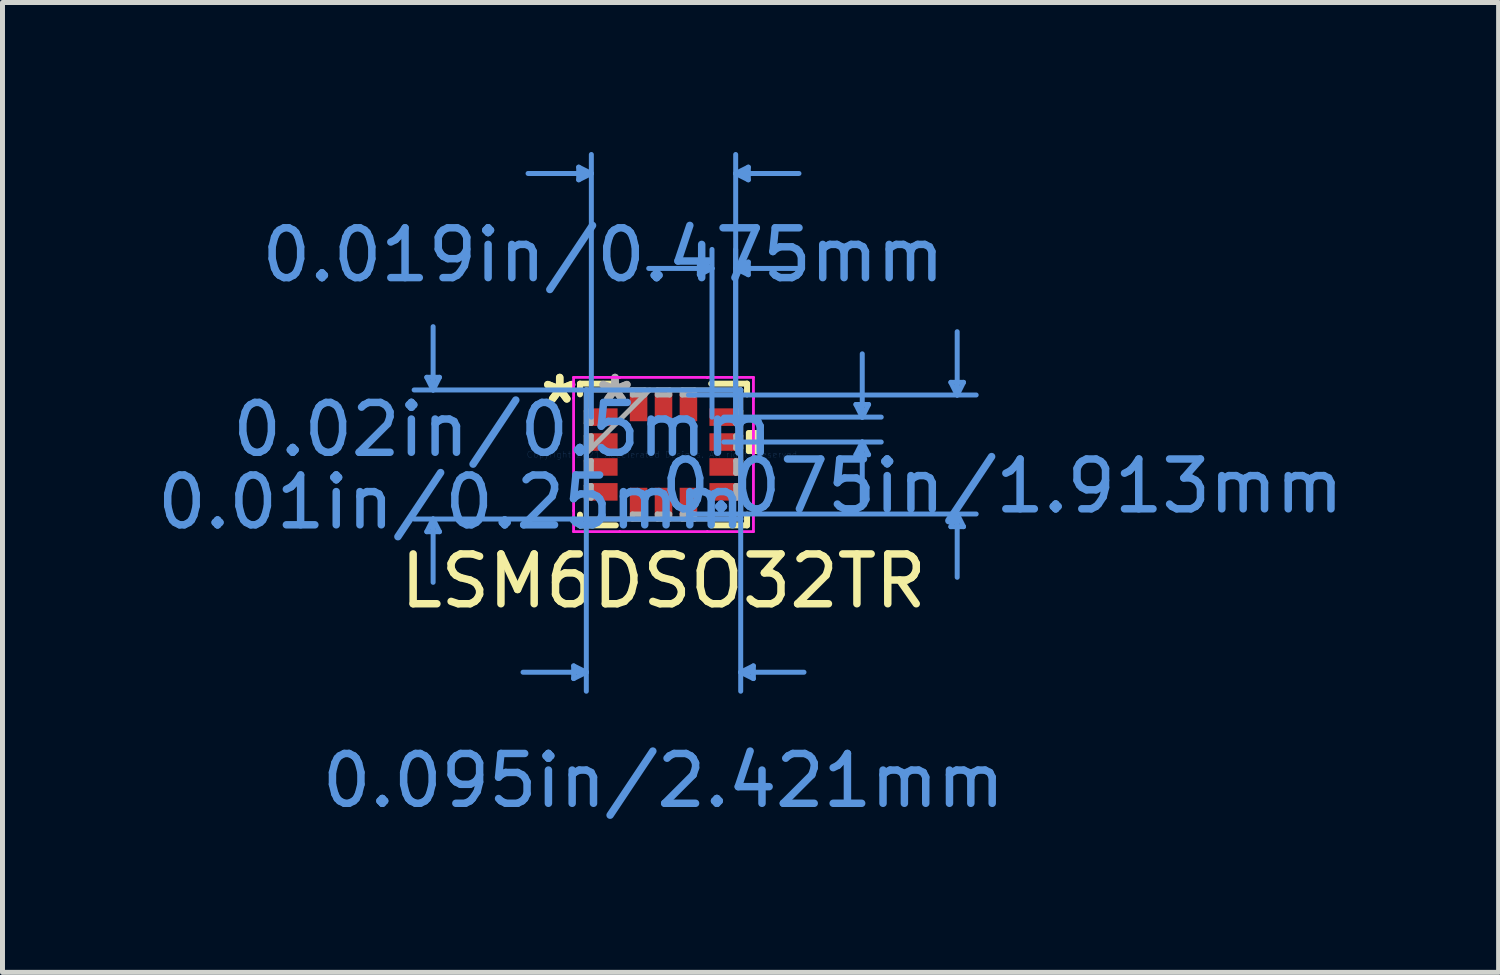
<source format=kicad_pcb>
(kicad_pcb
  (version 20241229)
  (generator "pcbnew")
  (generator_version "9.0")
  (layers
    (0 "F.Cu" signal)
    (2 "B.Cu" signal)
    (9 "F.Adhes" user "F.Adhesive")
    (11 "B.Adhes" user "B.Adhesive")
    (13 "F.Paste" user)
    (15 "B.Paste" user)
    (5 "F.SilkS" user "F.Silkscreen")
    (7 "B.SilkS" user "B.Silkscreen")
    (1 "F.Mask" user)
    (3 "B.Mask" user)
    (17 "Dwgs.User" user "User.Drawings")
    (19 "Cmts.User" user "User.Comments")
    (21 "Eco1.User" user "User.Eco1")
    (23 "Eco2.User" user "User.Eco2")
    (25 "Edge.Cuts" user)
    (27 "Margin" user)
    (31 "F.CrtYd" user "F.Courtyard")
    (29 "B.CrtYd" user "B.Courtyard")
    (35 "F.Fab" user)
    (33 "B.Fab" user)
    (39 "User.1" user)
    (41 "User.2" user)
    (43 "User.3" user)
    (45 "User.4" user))
  (footprint "LSM6DSO32TR"
    (layer "F.Cu")
    (at 10.264 6.07)
    (property "Reference" "LSM6DSO32TR" (at 0 2.54 180) (layer "F.SilkS") (effects (font (size 1 1) (thickness 0.15))))
    (attr through_hole)
    (fp_line (start -1.676 -1.422) (end -1.676 -1.207) (stroke (width 0.12) (type solid)) (layer "F.SilkS"))
    (fp_line (start -1.676 1.207) (end -1.676 1.422) (stroke (width 0.12) (type solid)) (layer "F.SilkS"))
    (fp_line (start -1.676 1.422) (end -0.957 1.422) (stroke (width 0.12) (type solid)) (layer "F.SilkS"))
    (fp_line (start -0.957 -1.422) (end -1.676 -1.422) (stroke (width 0.12) (type solid)) (layer "F.SilkS"))
    (fp_line (start 0.957 1.422) (end 1.676 1.422) (stroke (width 0.12) (type solid)) (layer "F.SilkS"))
    (fp_line (start 1.676 -1.422) (end 0.957 -1.422) (stroke (width 0.12) (type solid)) (layer "F.SilkS"))
    (fp_line (start 1.676 -1.207) (end 1.676 -1.422) (stroke (width 0.12) (type solid)) (layer "F.SilkS"))
    (fp_line (start 1.676 1.422) (end 1.676 1.207) (stroke (width 0.12) (type solid)) (layer "F.SilkS"))
    (fp_poly (pts (xy 1.956 -0.441) (xy 1.956 -0.059) (xy 1.702 -0.059) (xy 1.702 -0.441)) (stroke (width 0.1) (type solid)) (fill yes) (layer "F.SilkS"))
    (fp_line (start -4.75 -1.549) (end -4.496 -1.549) (stroke (width 0.1) (type solid)) (layer "Cmts.User"))
    (fp_line (start -4.75 1.549) (end -4.496 1.549) (stroke (width 0.1) (type solid)) (layer "Cmts.User"))
    (fp_line (start -4.623 -1.295) (end -4.75 -1.549) (stroke (width 0.1) (type solid)) (layer "Cmts.User"))
    (fp_line (start -4.623 -1.295) (end -4.623 -2.565) (stroke (width 0.1) (type solid)) (layer "Cmts.User"))
    (fp_line (start -4.623 -1.295) (end -4.496 -1.549) (stroke (width 0.1) (type solid)) (layer "Cmts.User"))
    (fp_line (start -4.623 1.295) (end -4.75 1.549) (stroke (width 0.1) (type solid)) (layer "Cmts.User"))
    (fp_line (start -4.623 1.295) (end -4.623 2.565) (stroke (width 0.1) (type solid)) (layer "Cmts.User"))
    (fp_line (start -4.623 1.295) (end -4.496 1.549) (stroke (width 0.1) (type solid)) (layer "Cmts.User"))
    (fp_line (start -1.803 4.242) (end -1.803 4.496) (stroke (width 0.1) (type solid)) (layer "Cmts.User"))
    (fp_line (start -1.702 -5.766) (end -1.702 -5.512) (stroke (width 0.1) (type solid)) (layer "Cmts.User"))
    (fp_line (start -1.549 -1.295) (end -1.549 4.75) (stroke (width 0.1) (type solid)) (layer "Cmts.User"))
    (fp_line (start -1.549 4.369) (end -2.819 4.369) (stroke (width 0.1) (type solid)) (layer "Cmts.User"))
    (fp_line (start -1.549 4.369) (end -1.803 4.242) (stroke (width 0.1) (type solid)) (layer "Cmts.User"))
    (fp_line (start -1.549 4.369) (end -1.803 4.496) (stroke (width 0.1) (type solid)) (layer "Cmts.User"))
    (fp_line (start -1.448 -5.639) (end -2.718 -5.639) (stroke (width 0.1) (type solid)) (layer "Cmts.User"))
    (fp_line (start -1.448 -5.639) (end -1.702 -5.766) (stroke (width 0.1) (type solid)) (layer "Cmts.User"))
    (fp_line (start -1.448 -5.639) (end -1.702 -5.512) (stroke (width 0.1) (type solid)) (layer "Cmts.User"))
    (fp_line (start -1.448 -0.75) (end -1.448 -6.02) (stroke (width 0.1) (type solid)) (layer "Cmts.User"))
    (fp_line (start 0.5 -1.194) (end 6.274 -1.194) (stroke (width 0.1) (type solid)) (layer "Cmts.User"))
    (fp_line (start 0.5 1.194) (end 6.274 1.194) (stroke (width 0.1) (type solid)) (layer "Cmts.User"))
    (fp_line (start 0.719 -3.861) (end 0.719 -3.607) (stroke (width 0.1) (type solid)) (layer "Cmts.User"))
    (fp_line (start 0.973 -3.734) (end -0.297 -3.734) (stroke (width 0.1) (type solid)) (layer "Cmts.User"))
    (fp_line (start 0.973 -3.734) (end 0.719 -3.861) (stroke (width 0.1) (type solid)) (layer "Cmts.User"))
    (fp_line (start 0.973 -3.734) (end 0.719 -3.607) (stroke (width 0.1) (type solid)) (layer "Cmts.User"))
    (fp_line (start 0.973 -0.75) (end 0.973 -4.115) (stroke (width 0.1) (type solid)) (layer "Cmts.User"))
    (fp_line (start 1.21 -0.75) (end 4.369 -0.75) (stroke (width 0.1) (type solid)) (layer "Cmts.User"))
    (fp_line (start 1.21 -0.25) (end 4.369 -0.25) (stroke (width 0.1) (type solid)) (layer "Cmts.User"))
    (fp_line (start 1.448 -5.639) (end 1.702 -5.766) (stroke (width 0.1) (type solid)) (layer "Cmts.User"))
    (fp_line (start 1.448 -5.639) (end 1.702 -5.512) (stroke (width 0.1) (type solid)) (layer "Cmts.User"))
    (fp_line (start 1.448 -5.639) (end 2.718 -5.639) (stroke (width 0.1) (type solid)) (layer "Cmts.User"))
    (fp_line (start 1.448 -3.734) (end 1.702 -3.861) (stroke (width 0.1) (type solid)) (layer "Cmts.User"))
    (fp_line (start 1.448 -3.734) (end 1.702 -3.607) (stroke (width 0.1) (type solid)) (layer "Cmts.User"))
    (fp_line (start 1.448 -3.734) (end 2.718 -3.734) (stroke (width 0.1) (type solid)) (layer "Cmts.User"))
    (fp_line (start 1.448 -0.75) (end 1.448 -6.02) (stroke (width 0.1) (type solid)) (layer "Cmts.User"))
    (fp_line (start 1.448 -0.75) (end 1.448 -4.115) (stroke (width 0.1) (type solid)) (layer "Cmts.User"))
    (fp_line (start 1.549 -1.295) (end -5.004 -1.295) (stroke (width 0.1) (type solid)) (layer "Cmts.User"))
    (fp_line (start 1.549 -1.295) (end 1.549 4.75) (stroke (width 0.1) (type solid)) (layer "Cmts.User"))
    (fp_line (start 1.549 1.295) (end -5.004 1.295) (stroke (width 0.1) (type solid)) (layer "Cmts.User"))
    (fp_line (start 1.549 4.369) (end 1.803 4.242) (stroke (width 0.1) (type solid)) (layer "Cmts.User"))
    (fp_line (start 1.549 4.369) (end 1.803 4.496) (stroke (width 0.1) (type solid)) (layer "Cmts.User"))
    (fp_line (start 1.549 4.369) (end 2.819 4.369) (stroke (width 0.1) (type solid)) (layer "Cmts.User"))
    (fp_line (start 1.702 -5.766) (end 1.702 -5.512) (stroke (width 0.1) (type solid)) (layer "Cmts.User"))
    (fp_line (start 1.702 -3.861) (end 1.702 -3.607) (stroke (width 0.1) (type solid)) (layer "Cmts.User"))
    (fp_line (start 1.803 4.242) (end 1.803 4.496) (stroke (width 0.1) (type solid)) (layer "Cmts.User"))
    (fp_line (start 3.861 -1.004) (end 4.115 -1.004) (stroke (width 0.1) (type solid)) (layer "Cmts.User"))
    (fp_line (start 3.861 0.004) (end 4.115 0.004) (stroke (width 0.1) (type solid)) (layer "Cmts.User"))
    (fp_line (start 3.988 -0.75) (end 3.861 -1.004) (stroke (width 0.1) (type solid)) (layer "Cmts.User"))
    (fp_line (start 3.988 -0.75) (end 3.988 -2.02) (stroke (width 0.1) (type solid)) (layer "Cmts.User"))
    (fp_line (start 3.988 -0.75) (end 4.115 -1.004) (stroke (width 0.1) (type solid)) (layer "Cmts.User"))
    (fp_line (start 3.988 -0.25) (end 3.861 0.004) (stroke (width 0.1) (type solid)) (layer "Cmts.User"))
    (fp_line (start 3.988 -0.25) (end 3.988 1.02) (stroke (width 0.1) (type solid)) (layer "Cmts.User"))
    (fp_line (start 3.988 -0.25) (end 4.115 0.004) (stroke (width 0.1) (type solid)) (layer "Cmts.User"))
    (fp_line (start 5.766 -1.448) (end 6.02 -1.448) (stroke (width 0.1) (type solid)) (layer "Cmts.User"))
    (fp_line (start 5.766 1.448) (end 6.02 1.448) (stroke (width 0.1) (type solid)) (layer "Cmts.User"))
    (fp_line (start 5.893 -1.194) (end 5.766 -1.448) (stroke (width 0.1) (type solid)) (layer "Cmts.User"))
    (fp_line (start 5.893 -1.194) (end 5.893 -2.464) (stroke (width 0.1) (type solid)) (layer "Cmts.User"))
    (fp_line (start 5.893 -1.194) (end 6.02 -1.448) (stroke (width 0.1) (type solid)) (layer "Cmts.User"))
    (fp_line (start 5.893 1.194) (end 5.766 1.448) (stroke (width 0.1) (type solid)) (layer "Cmts.User"))
    (fp_line (start 5.893 1.194) (end 5.893 2.464) (stroke (width 0.1) (type solid)) (layer "Cmts.User"))
    (fp_line (start 5.893 1.194) (end 6.02 1.448) (stroke (width 0.1) (type solid)) (layer "Cmts.User"))
    (fp_line (start -1.803 -1.549) (end -0.879 -1.549) (stroke (width 0.05) (type solid)) (layer "F.CrtYd"))
    (fp_line (start -1.803 -1.549) (end -0.879 -1.549) (stroke (width 0.05) (type solid)) (layer "F.CrtYd"))
    (fp_line (start -1.803 -1.129) (end -1.803 -1.549) (stroke (width 0.05) (type solid)) (layer "F.CrtYd"))
    (fp_line (start -1.803 -1.129) (end -1.803 -1.549) (stroke (width 0.05) (type solid)) (layer "F.CrtYd"))
    (fp_line (start -1.803 -1.129) (end -1.803 -1.129) (stroke (width 0.05) (type solid)) (layer "F.CrtYd"))
    (fp_line (start -1.803 -1.129) (end -1.803 -1.129) (stroke (width 0.05) (type solid)) (layer "F.CrtYd"))
    (fp_line (start -1.803 1.129) (end -1.803 -1.129) (stroke (width 0.05) (type solid)) (layer "F.CrtYd"))
    (fp_line (start -1.803 1.129) (end -1.803 -1.129) (stroke (width 0.05) (type solid)) (layer "F.CrtYd"))
    (fp_line (start -1.803 1.129) (end -1.803 1.129) (stroke (width 0.05) (type solid)) (layer "F.CrtYd"))
    (fp_line (start -1.803 1.129) (end -1.803 1.129) (stroke (width 0.05) (type solid)) (layer "F.CrtYd"))
    (fp_line (start -1.803 1.549) (end -1.803 1.129) (stroke (width 0.05) (type solid)) (layer "F.CrtYd"))
    (fp_line (start -1.803 1.549) (end -1.803 1.129) (stroke (width 0.05) (type solid)) (layer "F.CrtYd"))
    (fp_line (start -0.879 -1.549) (end -0.879 -1.549) (stroke (width 0.05) (type solid)) (layer "F.CrtYd"))
    (fp_line (start -0.879 -1.549) (end -0.879 -1.549) (stroke (width 0.05) (type solid)) (layer "F.CrtYd"))
    (fp_line (start -0.879 -1.549) (end 0.879 -1.549) (stroke (width 0.05) (type solid)) (layer "F.CrtYd"))
    (fp_line (start -0.879 -1.549) (end 0.879 -1.549) (stroke (width 0.05) (type solid)) (layer "F.CrtYd"))
    (fp_line (start -0.879 1.549) (end -1.803 1.549) (stroke (width 0.05) (type solid)) (layer "F.CrtYd"))
    (fp_line (start -0.879 1.549) (end -1.803 1.549) (stroke (width 0.05) (type solid)) (layer "F.CrtYd"))
    (fp_line (start -0.879 1.549) (end -0.879 1.549) (stroke (width 0.05) (type solid)) (layer "F.CrtYd"))
    (fp_line (start -0.879 1.549) (end -0.879 1.549) (stroke (width 0.05) (type solid)) (layer "F.CrtYd"))
    (fp_line (start 0.879 -1.549) (end 0.879 -1.549) (stroke (width 0.05) (type solid)) (layer "F.CrtYd"))
    (fp_line (start 0.879 -1.549) (end 0.879 -1.549) (stroke (width 0.05) (type solid)) (layer "F.CrtYd"))
    (fp_line (start 0.879 -1.549) (end 1.803 -1.549) (stroke (width 0.05) (type solid)) (layer "F.CrtYd"))
    (fp_line (start 0.879 -1.549) (end 1.803 -1.549) (stroke (width 0.05) (type solid)) (layer "F.CrtYd"))
    (fp_line (start 0.879 1.549) (end -0.879 1.549) (stroke (width 0.05) (type solid)) (layer "F.CrtYd"))
    (fp_line (start 0.879 1.549) (end -0.879 1.549) (stroke (width 0.05) (type solid)) (layer "F.CrtYd"))
    (fp_line (start 0.879 1.549) (end 0.879 1.549) (stroke (width 0.05) (type solid)) (layer "F.CrtYd"))
    (fp_line (start 0.879 1.549) (end 0.879 1.549) (stroke (width 0.05) (type solid)) (layer "F.CrtYd"))
    (fp_line (start 1.803 -1.549) (end 1.803 -1.129) (stroke (width 0.05) (type solid)) (layer "F.CrtYd"))
    (fp_line (start 1.803 -1.549) (end 1.803 -1.129) (stroke (width 0.05) (type solid)) (layer "F.CrtYd"))
    (fp_line (start 1.803 -1.129) (end 1.803 -1.129) (stroke (width 0.05) (type solid)) (layer "F.CrtYd"))
    (fp_line (start 1.803 -1.129) (end 1.803 -1.129) (stroke (width 0.05) (type solid)) (layer "F.CrtYd"))
    (fp_line (start 1.803 -1.129) (end 1.803 1.129) (stroke (width 0.05) (type solid)) (layer "F.CrtYd"))
    (fp_line (start 1.803 -1.129) (end 1.803 1.129) (stroke (width 0.05) (type solid)) (layer "F.CrtYd"))
    (fp_line (start 1.803 1.129) (end 1.803 1.129) (stroke (width 0.05) (type solid)) (layer "F.CrtYd"))
    (fp_line (start 1.803 1.129) (end 1.803 1.129) (stroke (width 0.05) (type solid)) (layer "F.CrtYd"))
    (fp_line (start 1.803 1.129) (end 1.803 1.549) (stroke (width 0.05) (type solid)) (layer "F.CrtYd"))
    (fp_line (start 1.803 1.129) (end 1.803 1.549) (stroke (width 0.05) (type solid)) (layer "F.CrtYd"))
    (fp_line (start 1.803 1.549) (end 0.879 1.549) (stroke (width 0.05) (type solid)) (layer "F.CrtYd"))
    (fp_line (start 1.803 1.549) (end 0.879 1.549) (stroke (width 0.05) (type solid)) (layer "F.CrtYd"))
    (fp_line (start -1.549 -1.295) (end -1.549 -1.295) (stroke (width 0.1) (type solid)) (layer "F.Fab"))
    (fp_line (start -1.549 -1.295) (end -1.549 1.295) (stroke (width 0.1) (type solid)) (layer "F.Fab"))
    (fp_line (start -1.549 -0.875) (end -1.448 -0.875) (stroke (width 0.1) (type solid)) (layer "F.Fab"))
    (fp_line (start -1.549 -0.625) (end -1.549 -0.875) (stroke (width 0.1) (type solid)) (layer "F.Fab"))
    (fp_line (start -1.549 -0.375) (end -1.448 -0.375) (stroke (width 0.1) (type solid)) (layer "F.Fab"))
    (fp_line (start -1.549 -0.125) (end -1.549 -0.375) (stroke (width 0.1) (type solid)) (layer "F.Fab"))
    (fp_line (start -1.549 -0.025) (end -0.279 -1.295) (stroke (width 0.1) (type solid)) (layer "F.Fab"))
    (fp_line (start -1.549 0.125) (end -1.448 0.125) (stroke (width 0.1) (type solid)) (layer "F.Fab"))
    (fp_line (start -1.549 0.375) (end -1.549 0.125) (stroke (width 0.1) (type solid)) (layer "F.Fab"))
    (fp_line (start -1.549 0.625) (end -1.448 0.625) (stroke (width 0.1) (type solid)) (layer "F.Fab"))
    (fp_line (start -1.549 0.875) (end -1.549 0.625) (stroke (width 0.1) (type solid)) (layer "F.Fab"))
    (fp_line (start -1.549 1.295) (end -1.549 1.295) (stroke (width 0.1) (type solid)) (layer "F.Fab"))
    (fp_line (start -1.549 1.295) (end 1.549 1.295) (stroke (width 0.1) (type solid)) (layer "F.Fab"))
    (fp_line (start -1.448 -0.875) (end -1.448 -0.625) (stroke (width 0.1) (type solid)) (layer "F.Fab"))
    (fp_line (start -1.448 -0.625) (end -1.549 -0.625) (stroke (width 0.1) (type solid)) (layer "F.Fab"))
    (fp_line (start -1.448 -0.375) (end -1.448 -0.125) (stroke (width 0.1) (type solid)) (layer "F.Fab"))
    (fp_line (start -1.448 -0.125) (end -1.549 -0.125) (stroke (width 0.1) (type solid)) (layer "F.Fab"))
    (fp_line (start -1.448 0.125) (end -1.448 0.375) (stroke (width 0.1) (type solid)) (layer "F.Fab"))
    (fp_line (start -1.448 0.375) (end -1.549 0.375) (stroke (width 0.1) (type solid)) (layer "F.Fab"))
    (fp_line (start -1.448 0.625) (end -1.448 0.875) (stroke (width 0.1) (type solid)) (layer "F.Fab"))
    (fp_line (start -1.448 0.875) (end -1.549 0.875) (stroke (width 0.1) (type solid)) (layer "F.Fab"))
    (fp_line (start -0.625 -1.295) (end -0.375 -1.295) (stroke (width 0.1) (type solid)) (layer "F.Fab"))
    (fp_line (start -0.625 -1.194) (end -0.625 -1.295) (stroke (width 0.1) (type solid)) (layer "F.Fab"))
    (fp_line (start -0.625 1.194) (end -0.375 1.194) (stroke (width 0.1) (type solid)) (layer "F.Fab"))
    (fp_line (start -0.625 1.295) (end -0.625 1.194) (stroke (width 0.1) (type solid)) (layer "F.Fab"))
    (fp_line (start -0.375 -1.295) (end -0.375 -1.194) (stroke (width 0.1) (type solid)) (layer "F.Fab"))
    (fp_line (start -0.375 -1.194) (end -0.625 -1.194) (stroke (width 0.1) (type solid)) (layer "F.Fab"))
    (fp_line (start -0.375 1.194) (end -0.375 1.295) (stroke (width 0.1) (type solid)) (layer "F.Fab"))
    (fp_line (start -0.375 1.295) (end -0.625 1.295) (stroke (width 0.1) (type solid)) (layer "F.Fab"))
    (fp_line (start -0.125 -1.295) (end 0.125 -1.295) (stroke (width 0.1) (type solid)) (layer "F.Fab"))
    (fp_line (start -0.125 -1.194) (end -0.125 -1.295) (stroke (width 0.1) (type solid)) (layer "F.Fab"))
    (fp_line (start -0.125 1.194) (end 0.125 1.194) (stroke (width 0.1) (type solid)) (layer "F.Fab"))
    (fp_line (start -0.125 1.295) (end -0.125 1.194) (stroke (width 0.1) (type solid)) (layer "F.Fab"))
    (fp_line (start 0.125 -1.295) (end 0.125 -1.194) (stroke (width 0.1) (type solid)) (layer "F.Fab"))
    (fp_line (start 0.125 -1.194) (end -0.125 -1.194) (stroke (width 0.1) (type solid)) (layer "F.Fab"))
    (fp_line (start 0.125 1.194) (end 0.125 1.295) (stroke (width 0.1) (type solid)) (layer "F.Fab"))
    (fp_line (start 0.125 1.295) (end -0.125 1.295) (stroke (width 0.1) (type solid)) (layer "F.Fab"))
    (fp_line (start 0.375 -1.295) (end 0.625 -1.295) (stroke (width 0.1) (type solid)) (layer "F.Fab"))
    (fp_line (start 0.375 -1.194) (end 0.375 -1.295) (stroke (width 0.1) (type solid)) (layer "F.Fab"))
    (fp_line (start 0.375 1.194) (end 0.625 1.194) (stroke (width 0.1) (type solid)) (layer "F.Fab"))
    (fp_line (start 0.375 1.295) (end 0.375 1.194) (stroke (width 0.1) (type solid)) (layer "F.Fab"))
    (fp_line (start 0.625 -1.295) (end 0.625 -1.194) (stroke (width 0.1) (type solid)) (layer "F.Fab"))
    (fp_line (start 0.625 -1.194) (end 0.375 -1.194) (stroke (width 0.1) (type solid)) (layer "F.Fab"))
    (fp_line (start 0.625 1.194) (end 0.625 1.295) (stroke (width 0.1) (type solid)) (layer "F.Fab"))
    (fp_line (start 0.625 1.295) (end 0.375 1.295) (stroke (width 0.1) (type solid)) (layer "F.Fab"))
    (fp_line (start 1.448 -0.875) (end 1.549 -0.875) (stroke (width 0.1) (type solid)) (layer "F.Fab"))
    (fp_line (start 1.448 -0.625) (end 1.448 -0.875) (stroke (width 0.1) (type solid)) (layer "F.Fab"))
    (fp_line (start 1.448 -0.375) (end 1.549 -0.375) (stroke (width 0.1) (type solid)) (layer "F.Fab"))
    (fp_line (start 1.448 -0.125) (end 1.448 -0.375) (stroke (width 0.1) (type solid)) (layer "F.Fab"))
    (fp_line (start 1.448 0.125) (end 1.549 0.125) (stroke (width 0.1) (type solid)) (layer "F.Fab"))
    (fp_line (start 1.448 0.375) (end 1.448 0.125) (stroke (width 0.1) (type solid)) (layer "F.Fab"))
    (fp_line (start 1.448 0.625) (end 1.549 0.625) (stroke (width 0.1) (type solid)) (layer "F.Fab"))
    (fp_line (start 1.448 0.875) (end 1.448 0.625) (stroke (width 0.1) (type solid)) (layer "F.Fab"))
    (fp_line (start 1.549 -1.295) (end -1.549 -1.295) (stroke (width 0.1) (type solid)) (layer "F.Fab"))
    (fp_line (start 1.549 -1.295) (end 1.549 -1.295) (stroke (width 0.1) (type solid)) (layer "F.Fab"))
    (fp_line (start 1.549 -0.875) (end 1.549 -0.625) (stroke (width 0.1) (type solid)) (layer "F.Fab"))
    (fp_line (start 1.549 -0.625) (end 1.448 -0.625) (stroke (width 0.1) (type solid)) (layer "F.Fab"))
    (fp_line (start 1.549 -0.375) (end 1.549 -0.125) (stroke (width 0.1) (type solid)) (layer "F.Fab"))
    (fp_line (start 1.549 -0.125) (end 1.448 -0.125) (stroke (width 0.1) (type solid)) (layer "F.Fab"))
    (fp_line (start 1.549 0.125) (end 1.549 0.375) (stroke (width 0.1) (type solid)) (layer "F.Fab"))
    (fp_line (start 1.549 0.375) (end 1.448 0.375) (stroke (width 0.1) (type solid)) (layer "F.Fab"))
    (fp_line (start 1.549 0.625) (end 1.549 0.875) (stroke (width 0.1) (type solid)) (layer "F.Fab"))
    (fp_line (start 1.549 0.875) (end 1.448 0.875) (stroke (width 0.1) (type solid)) (layer "F.Fab"))
    (fp_line (start 1.549 1.295) (end 1.549 -1.295) (stroke (width 0.1) (type solid)) (layer "F.Fab"))
    (fp_line (start 1.549 1.295) (end 1.549 1.295) (stroke (width 0.1) (type solid)) (layer "F.Fab"))
    (fp_text user "*" (at -2.083 -1 0) (layer "F.SilkS") (effects (font (size 1 1) (thickness 0.15))))
    (fp_text user "*" (at -2.083 -1 0) (layer "F.SilkS") (effects (font (size 1 1) (thickness 0.15))))
    (fp_text user "0.02in/0.5mm" (at -3.226 -0.5 0) (layer "Cmts.User") (effects (font (size 1 1) (thickness 0.15))))
    (fp_text user "0.095in/2.421mm" (at 0 6.544 0) (layer "Cmts.User") (effects (font (size 1 1) (thickness 0.15))))
    (fp_text user "0.075in/1.913mm" (at 6.798 0.635 0) (layer "Cmts.User") (effects (font (size 1 1) (thickness 0.15))))
    (fp_text user "0.01in/0.25mm" (at -4.258 0.956 0) (layer "Cmts.User") (effects (font (size 1 1) (thickness 0.15))))
    (fp_text user "Copyright 2021 Accelerated Designs. All rights reserved." (at 0 0 0) (layer "Cmts.User") (effects (font (size 0.127 0.127) (thickness 0.002))))
    (fp_text user "0.019in/0.475mm" (at -1.21 -4.004 0) (layer "Cmts.User") (effects (font (size 1 1) (thickness 0.15))))
    (fp_text user "*" (at -0.973 -1 0) (layer "F.Fab") (effects (font (size 1 1) (thickness 0.15))))
    (fp_text user "*" (at -0.973 -1 0) (layer "F.Fab") (effects (font (size 1 1) (thickness 0.15))))
    (pad "1" smd rect (at -1.21 -0.75 90) (size 0.352 0.577) (layers "F.Cu" "F.Mask" "F.Paste"))
    (pad "2" smd rect (at -1.21 -0.25 90) (size 0.352 0.577) (layers "F.Cu" "F.Mask" "F.Paste"))
    (pad "3" smd rect (at -1.21 0.25 90) (size 0.352 0.577) (layers "F.Cu" "F.Mask" "F.Paste"))
    (pad "4" smd rect (at -1.21 0.75 90) (size 0.352 0.577) (layers "F.Cu" "F.Mask" "F.Paste"))
    (pad "5" smd rect (at -0.5 0.956) (size 0.352 0.577) (layers "F.Cu" "F.Mask" "F.Paste"))
    (pad "6" smd rect (at 0 0.956) (size 0.352 0.577) (layers "F.Cu" "F.Mask" "F.Paste"))
    (pad "7" smd rect (at 0.5 0.956) (size 0.352 0.577) (layers "F.Cu" "F.Mask" "F.Paste"))
    (pad "8" smd rect (at 1.21 0.75 90) (size 0.352 0.577) (layers "F.Cu" "F.Mask" "F.Paste"))
    (pad "9" smd rect (at 1.21 0.25 90) (size 0.352 0.577) (layers "F.Cu" "F.Mask" "F.Paste"))
    (pad "10" smd rect (at 1.21 -0.25 90) (size 0.352 0.577) (layers "F.Cu" "F.Mask" "F.Paste"))
    (pad "11" smd rect (at 1.21 -0.75 90) (size 0.352 0.577) (layers "F.Cu" "F.Mask" "F.Paste"))
    (pad "12" smd rect (at 0.5 -0.956) (size 0.352 0.577) (layers "F.Cu" "F.Mask" "F.Paste"))
    (pad "13" smd rect (at 0 -0.956) (size 0.352 0.577) (layers "F.Cu" "F.Mask" "F.Paste"))
    (pad "14" smd rect (at -0.5 -0.956) (size 0.352 0.577) (layers "F.Cu" "F.Mask" "F.Paste")))
  (gr_rect
    (start -3 -3)
    (end 27.021 16.462)
    (stroke (width 0.1) (type default))
    (fill no)
    (layer "Edge.Cuts")))
</source>
